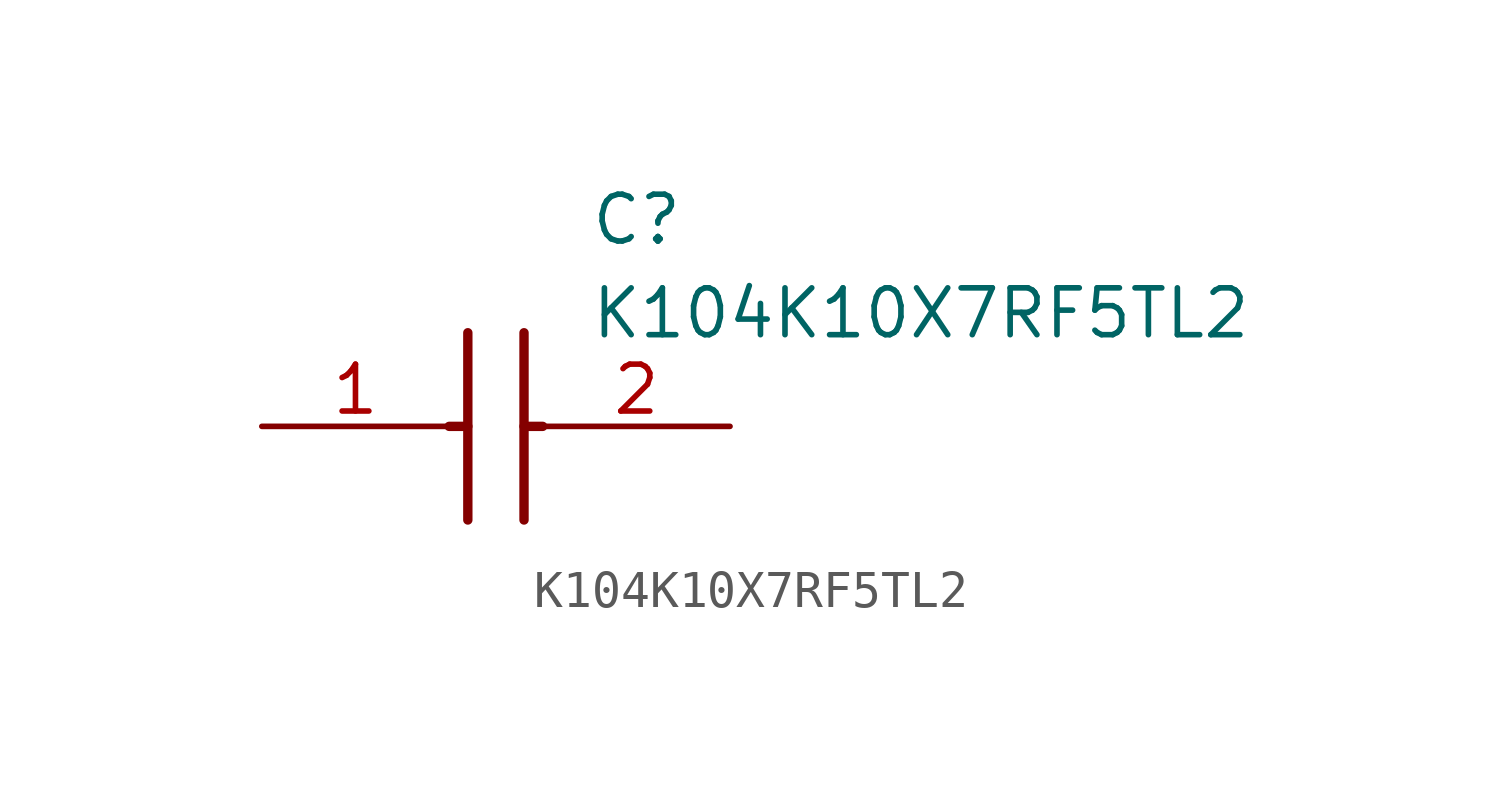
<source format=kicad_sym>
(kicad_symbol_lib
  (version 20211014)
  (generator SamacSys_ECAD_Model)
  (symbol "K104K10X7RF5TL2"
    (pin_names hide)
    (property "Reference" "C"
      (at 8.89 6.35 0)
      (effects (font (size 1.27 1.27)) (justify left top)))
    (property "Value" "K104K10X7RF5TL2"
      (at 8.89 3.81 0)
      (effects (font (size 1.27 1.27)) (justify left top)))
    (polyline
      (pts (xy 5.588 2.54) (xy 5.588 -2.54))
      (stroke (width 0.254) (type default))
      (fill (type none)))
    (polyline
      (pts (xy 7.112 2.54) (xy 7.112 -2.54))
      (stroke (width 0.254) (type default))
      (fill (type none)))
    (polyline
      (pts (xy 5.08 0) (xy 5.588 0))
      (stroke (width 0.254) (type default))
      (fill (type none)))
    (polyline
      (pts (xy 7.112 0) (xy 7.62 0))
      (stroke (width 0.254) (type default))
      (fill (type none)))
    (pin passive line
      (at 0 0 0)
      (length 5.08)
      (name "1" (effects (font (size 1.27 1.27))))
      (number "1" (effects (font (size 1.27 1.27)))))
    (pin passive line
      (at 12.7 0 180)
      (length 5.08)
      (name "2" (effects (font (size 1.27 1.27))))
      (number "2" (effects (font (size 1.27 1.27)))))))
</source>
